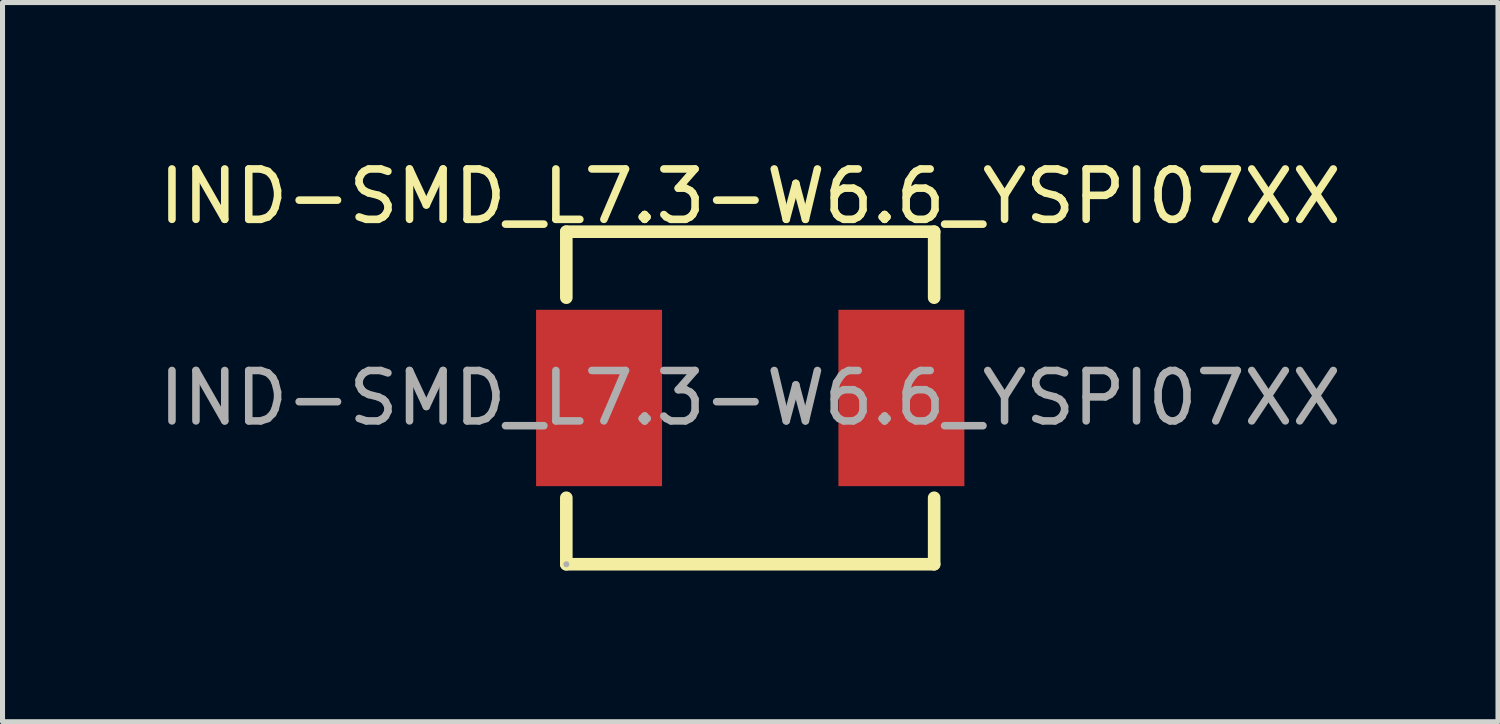
<source format=kicad_pcb>
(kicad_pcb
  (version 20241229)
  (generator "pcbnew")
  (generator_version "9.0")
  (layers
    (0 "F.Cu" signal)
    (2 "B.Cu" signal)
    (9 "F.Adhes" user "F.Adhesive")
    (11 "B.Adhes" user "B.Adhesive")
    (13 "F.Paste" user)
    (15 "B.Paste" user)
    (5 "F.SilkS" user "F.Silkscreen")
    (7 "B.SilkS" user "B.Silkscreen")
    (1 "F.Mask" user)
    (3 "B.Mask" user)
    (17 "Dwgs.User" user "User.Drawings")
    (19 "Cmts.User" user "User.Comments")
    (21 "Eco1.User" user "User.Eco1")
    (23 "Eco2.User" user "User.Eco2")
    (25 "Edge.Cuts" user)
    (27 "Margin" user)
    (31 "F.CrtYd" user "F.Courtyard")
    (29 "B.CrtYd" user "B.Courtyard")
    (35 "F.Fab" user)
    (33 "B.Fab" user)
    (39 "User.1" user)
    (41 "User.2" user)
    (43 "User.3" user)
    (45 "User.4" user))
  (footprint "IND-SMD_L7.3-W6.6_YSPI07XX"
    (layer "F.Cu")
    (at 11.839 4.848)
    (property "Reference" "IND-SMD_L7.3-W6.6_YSPI07XX" (at 0 -4 0) (layer "F.SilkS") (effects (font (size 1 1) (thickness 0.15))))
    (attr smd)
    (fp_line (start -3.65 -3.3) (end 3.65 -3.3) (stroke (width 0.25) (type solid)) (layer "F.SilkS"))
    (fp_line (start -3.65 -1.99) (end -3.65 -3.3) (stroke (width 0.25) (type solid)) (layer "F.SilkS"))
    (fp_line (start -3.65 3.3) (end -3.65 1.98) (stroke (width 0.25) (type solid)) (layer "F.SilkS"))
    (fp_line (start 3.65 -3.3) (end 3.65 -1.99) (stroke (width 0.25) (type solid)) (layer "F.SilkS"))
    (fp_line (start 3.65 1.98) (end 3.65 3.3) (stroke (width 0.25) (type solid)) (layer "F.SilkS"))
    (fp_line (start 3.65 3.3) (end -3.65 3.3) (stroke (width 0.25) (type solid)) (layer "F.SilkS"))
    (fp_circle (center -3.65 3.3) (end -3.62 3.3) (stroke (width 0.06) (type solid)) (fill no) (layer "F.Fab"))
    (fp_text user "${REFERENCE}" (at 0 0 0) (layer "F.Fab") (effects (font (size 1 1) (thickness 0.15))))
    (pad "1" smd rect (at -3 0) (size 2.5 3.5) (layers "F.Cu" "F.Mask" "F.Paste"))
    (pad "2" smd rect (at 3 0) (size 2.5 3.5) (layers "F.Cu" "F.Mask" "F.Paste")))
  (gr_rect
    (start -3 -3)
    (end 26.679 11.273)
    (stroke (width 0.1) (type default))
    (fill no)
    (layer "Edge.Cuts")))
</source>
